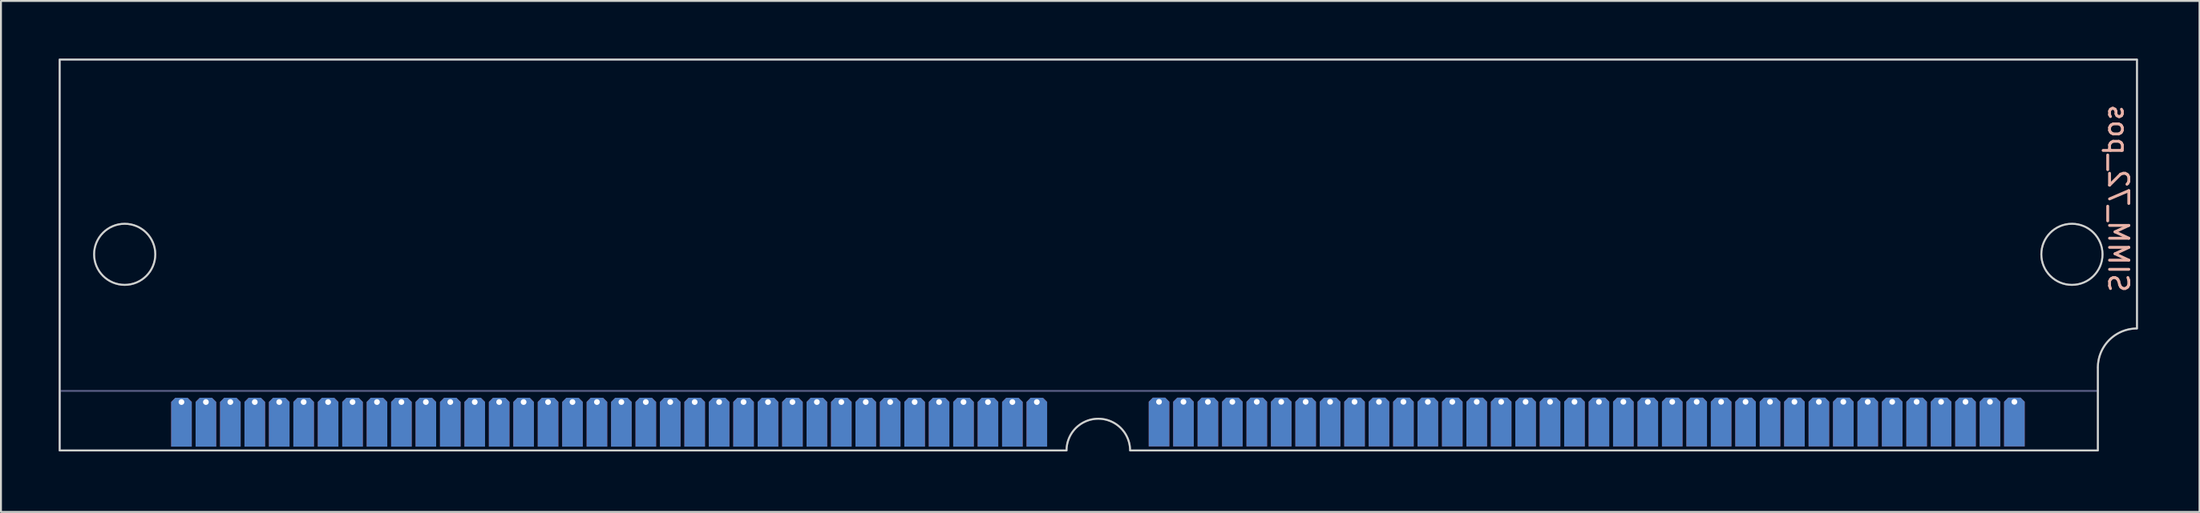
<source format=kicad_pcb>
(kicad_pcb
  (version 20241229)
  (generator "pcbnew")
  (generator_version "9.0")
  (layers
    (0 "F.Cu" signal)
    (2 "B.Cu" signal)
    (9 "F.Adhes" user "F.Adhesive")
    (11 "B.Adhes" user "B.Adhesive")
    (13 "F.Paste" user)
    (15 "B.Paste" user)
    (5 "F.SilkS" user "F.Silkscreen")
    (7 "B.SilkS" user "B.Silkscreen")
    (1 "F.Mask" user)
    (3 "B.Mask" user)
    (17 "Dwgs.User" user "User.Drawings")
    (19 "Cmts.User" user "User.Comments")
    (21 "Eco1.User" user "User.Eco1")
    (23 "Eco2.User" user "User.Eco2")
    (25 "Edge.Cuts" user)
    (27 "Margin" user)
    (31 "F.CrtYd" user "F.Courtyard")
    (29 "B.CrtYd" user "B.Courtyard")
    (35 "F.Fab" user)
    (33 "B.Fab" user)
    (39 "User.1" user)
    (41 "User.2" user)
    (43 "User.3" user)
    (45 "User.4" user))
  (footprint "SIMM_72_pos"
    (layer "F.Cu")
    (at 108 20.35)
    (property "Reference" "SIMM_72_pos" (at -0.97 -13.07 270) (unlocked yes) (layer "B.SilkS") (effects (font (size 1 1) (thickness 0.15)) (justify mirror)))
    (attr smd)
    (fp_circle (center -104.57 -10.16) (end -102.98 -10.16) (stroke (width 0.1) (type solid)) (fill no) (layer "Edge.Cuts"))
    (fp_circle (center -3.38 -10.16) (end -1.79 -10.16) (stroke (width 0.1) (type solid)) (fill no) (layer "Edge.Cuts"))
    (fp_poly (pts (xy -2.032 0.05) (arc (start -52.324 0.05) (mid -53.975 -1.601) (end -55.626 0.05)) (xy -107.95 0.05) (xy -107.95 -20.3) (xy 0 -20.3) (arc (start 0 -6.3) (mid -1.437147 -5.704105) (end -2.032 -4.266527))) (stroke (width 0.1) (type solid)) (fill no) (layer "Edge.Cuts"))
    (fp_line (start -107.95 -3.05) (end -107.95 0.05) (stroke (width 0.1) (type solid)) (layer "B.Fab"))
    (fp_line (start -107.95 0.05) (end -107.95 -20.3) (stroke (width 0.1) (type solid)) (layer "B.Fab"))
    (fp_line (start -107.95 0.05) (end -55.626 0.05) (stroke (width 0.1) (type solid)) (layer "B.Fab"))
    (fp_line (start -52.324 0.05) (end -2.032 0.05) (stroke (width 0.1) (type solid)) (layer "B.Fab"))
    (fp_line (start -2.05 -3.05) (end -107.95 -3.05) (stroke (width 0.1) (type solid)) (layer "B.Fab"))
    (fp_line (start -2.032 -4.267) (end -2.032 0.05) (stroke (width 0.1) (type solid)) (layer "B.Fab"))
    (fp_line (start 0 -20.3) (end -107.95 -20.3) (stroke (width 0.1) (type solid)) (layer "B.Fab"))
    (fp_line (start 0 -20.3) (end 0 -6.3) (stroke (width 0.1) (type solid)) (layer "B.Fab"))
    (fp_arc (start -55.626 0.05) (mid -53.975 -1.601) (end -52.324 0.05) (stroke (width 0.1) (type solid)) (layer "B.Fab"))
    (fp_arc (start -2.032 -4.266527) (mid -1.437147 -5.704105) (end 0 -6.3) (stroke (width 0.1) (type solid)) (layer "B.Fab"))
    (fp_circle (center -104.57 -10.16) (end -106.16 -10.16) (stroke (width 0.1) (type solid)) (fill no) (layer "B.Fab"))
    (fp_circle (center -3.38 -10.16) (end -4.97 -10.16) (stroke (width 0.1) (type solid)) (fill no) (layer "B.Fab"))
    (pad "1" thru_hole roundrect (at -6.37 -2.48 270) (size 2.54 1.07) (drill 0.3 (offset 1.05 0)) (layers "*.Cu" "*.Mask") (remove_unused_layers yes) (keep_end_layers yes) (zone_layer_connections) (roundrect_rratio 0) (chamfer_ratio 0.2) (chamfer top_left bottom_left))
    (pad "2" thru_hole roundrect (at -7.64 -2.48 270) (size 2.54 1.07) (drill 0.3 (offset 1.05 0)) (layers "*.Cu" "*.Mask") (remove_unused_layers yes) (keep_end_layers yes) (zone_layer_connections) (roundrect_rratio 0) (chamfer_ratio 0.2) (chamfer top_left bottom_left))
    (pad "3" thru_hole roundrect (at -8.91 -2.48 270) (size 2.54 1.07) (drill 0.3 (offset 1.05 0)) (layers "*.Cu" "*.Mask") (remove_unused_layers yes) (keep_end_layers yes) (zone_layer_connections) (roundrect_rratio 0) (chamfer_ratio 0.2) (chamfer top_left bottom_left))
    (pad "4" thru_hole roundrect (at -10.18 -2.48 270) (size 2.54 1.07) (drill 0.3 (offset 1.05 0)) (layers "*.Cu" "*.Mask") (remove_unused_layers yes) (keep_end_layers yes) (zone_layer_connections) (roundrect_rratio 0) (chamfer_ratio 0.2) (chamfer top_left bottom_left))
    (pad "5" thru_hole roundrect (at -11.45 -2.48 270) (size 2.54 1.07) (drill 0.3 (offset 1.05 0)) (layers "*.Cu" "*.Mask") (remove_unused_layers yes) (keep_end_layers yes) (zone_layer_connections) (roundrect_rratio 0) (chamfer_ratio 0.2) (chamfer top_left bottom_left))
    (pad "6" thru_hole roundrect (at -12.72 -2.48 270) (size 2.54 1.07) (drill 0.3 (offset 1.05 0)) (layers "*.Cu" "*.Mask") (remove_unused_layers yes) (keep_end_layers yes) (zone_layer_connections) (roundrect_rratio 0) (chamfer_ratio 0.2) (chamfer top_left bottom_left))
    (pad "7" thru_hole roundrect (at -13.99 -2.48 270) (size 2.54 1.07) (drill 0.3 (offset 1.05 0)) (layers "*.Cu" "*.Mask") (remove_unused_layers yes) (keep_end_layers yes) (zone_layer_connections) (roundrect_rratio 0) (chamfer_ratio 0.2) (chamfer top_left bottom_left))
    (pad "8" thru_hole roundrect (at -15.26 -2.48 270) (size 2.54 1.07) (drill 0.3 (offset 1.05 0)) (layers "*.Cu" "*.Mask") (remove_unused_layers yes) (keep_end_layers yes) (zone_layer_connections) (roundrect_rratio 0) (chamfer_ratio 0.2) (chamfer top_left bottom_left))
    (pad "9" thru_hole roundrect (at -16.53 -2.48 270) (size 2.54 1.07) (drill 0.3 (offset 1.05 0)) (layers "*.Cu" "*.Mask") (remove_unused_layers yes) (keep_end_layers yes) (zone_layer_connections) (roundrect_rratio 0) (chamfer_ratio 0.2) (chamfer top_left bottom_left))
    (pad "10" thru_hole roundrect (at -17.8 -2.48 270) (size 2.54 1.07) (drill 0.3 (offset 1.05 0)) (layers "*.Cu" "*.Mask") (remove_unused_layers yes) (keep_end_layers yes) (zone_layer_connections) (roundrect_rratio 0) (chamfer_ratio 0.2) (chamfer top_left bottom_left))
    (pad "11" thru_hole roundrect (at -19.07 -2.48 270) (size 2.54 1.07) (drill 0.3 (offset 1.05 0)) (layers "*.Cu" "*.Mask") (remove_unused_layers yes) (keep_end_layers yes) (zone_layer_connections) (roundrect_rratio 0) (chamfer_ratio 0.2) (chamfer top_left bottom_left))
    (pad "12" thru_hole roundrect (at -20.34 -2.48 270) (size 2.54 1.07) (drill 0.3 (offset 1.05 0)) (layers "*.Cu" "*.Mask") (remove_unused_layers yes) (keep_end_layers yes) (zone_layer_connections) (roundrect_rratio 0) (chamfer_ratio 0.2) (chamfer top_left bottom_left))
    (pad "13" thru_hole roundrect (at -21.61 -2.48 270) (size 2.54 1.07) (drill 0.3 (offset 1.05 0)) (layers "*.Cu" "*.Mask") (remove_unused_layers yes) (keep_end_layers yes) (zone_layer_connections) (roundrect_rratio 0) (chamfer_ratio 0.2) (chamfer top_left bottom_left))
    (pad "14" thru_hole roundrect (at -22.88 -2.48 270) (size 2.54 1.07) (drill 0.3 (offset 1.05 0)) (layers "*.Cu" "*.Mask") (remove_unused_layers yes) (keep_end_layers yes) (zone_layer_connections) (roundrect_rratio 0) (chamfer_ratio 0.2) (chamfer top_left bottom_left))
    (pad "15" thru_hole roundrect (at -24.15 -2.48 270) (size 2.54 1.07) (drill 0.3 (offset 1.05 0)) (layers "*.Cu" "*.Mask") (remove_unused_layers yes) (keep_end_layers yes) (zone_layer_connections) (roundrect_rratio 0) (chamfer_ratio 0.2) (chamfer top_left bottom_left))
    (pad "16" thru_hole roundrect (at -25.42 -2.48 270) (size 2.54 1.07) (drill 0.3 (offset 1.05 0)) (layers "*.Cu" "*.Mask") (remove_unused_layers yes) (keep_end_layers yes) (zone_layer_connections) (roundrect_rratio 0) (chamfer_ratio 0.2) (chamfer top_left bottom_left))
    (pad "17" thru_hole roundrect (at -26.69 -2.48 270) (size 2.54 1.07) (drill 0.3 (offset 1.05 0)) (layers "*.Cu" "*.Mask") (remove_unused_layers yes) (keep_end_layers yes) (zone_layer_connections) (roundrect_rratio 0) (chamfer_ratio 0.2) (chamfer top_left bottom_left))
    (pad "18" thru_hole roundrect (at -27.96 -2.48 270) (size 2.54 1.07) (drill 0.3 (offset 1.05 0)) (layers "*.Cu" "*.Mask") (remove_unused_layers yes) (keep_end_layers yes) (zone_layer_connections) (roundrect_rratio 0) (chamfer_ratio 0.2) (chamfer top_left bottom_left))
    (pad "19" thru_hole roundrect (at -29.23 -2.48 270) (size 2.54 1.07) (drill 0.3 (offset 1.05 0)) (layers "*.Cu" "*.Mask") (remove_unused_layers yes) (keep_end_layers yes) (zone_layer_connections) (roundrect_rratio 0) (chamfer_ratio 0.2) (chamfer top_left bottom_left))
    (pad "20" thru_hole roundrect (at -30.5 -2.48 270) (size 2.54 1.07) (drill 0.3 (offset 1.05 0)) (layers "*.Cu" "*.Mask") (remove_unused_layers yes) (keep_end_layers yes) (zone_layer_connections) (roundrect_rratio 0) (chamfer_ratio 0.2) (chamfer top_left bottom_left))
    (pad "21" thru_hole roundrect (at -31.77 -2.48 270) (size 2.54 1.07) (drill 0.3 (offset 1.05 0)) (layers "*.Cu" "*.Mask") (remove_unused_layers yes) (keep_end_layers yes) (zone_layer_connections) (roundrect_rratio 0) (chamfer_ratio 0.2) (chamfer top_left bottom_left))
    (pad "22" thru_hole roundrect (at -33.04 -2.48 270) (size 2.54 1.07) (drill 0.3 (offset 1.05 0)) (layers "*.Cu" "*.Mask") (remove_unused_layers yes) (keep_end_layers yes) (zone_layer_connections) (roundrect_rratio 0) (chamfer_ratio 0.2) (chamfer top_left bottom_left))
    (pad "23" thru_hole roundrect (at -34.31 -2.48 270) (size 2.54 1.07) (drill 0.3 (offset 1.05 0)) (layers "*.Cu" "*.Mask") (remove_unused_layers yes) (keep_end_layers yes) (zone_layer_connections) (roundrect_rratio 0) (chamfer_ratio 0.2) (chamfer top_left bottom_left))
    (pad "24" thru_hole roundrect (at -35.58 -2.48 270) (size 2.54 1.07) (drill 0.3 (offset 1.05 0)) (layers "*.Cu" "*.Mask") (remove_unused_layers yes) (keep_end_layers yes) (zone_layer_connections) (roundrect_rratio 0) (chamfer_ratio 0.2) (chamfer top_left bottom_left))
    (pad "25" thru_hole roundrect (at -36.85 -2.48 270) (size 2.54 1.07) (drill 0.3 (offset 1.05 0)) (layers "*.Cu" "*.Mask") (remove_unused_layers yes) (keep_end_layers yes) (zone_layer_connections) (roundrect_rratio 0) (chamfer_ratio 0.2) (chamfer top_left bottom_left))
    (pad "26" thru_hole roundrect (at -38.12 -2.48 270) (size 2.54 1.07) (drill 0.3 (offset 1.05 0)) (layers "*.Cu" "*.Mask") (remove_unused_layers yes) (keep_end_layers yes) (zone_layer_connections) (roundrect_rratio 0) (chamfer_ratio 0.2) (chamfer top_left bottom_left))
    (pad "27" thru_hole roundrect (at -39.39 -2.48 270) (size 2.54 1.07) (drill 0.3 (offset 1.05 0)) (layers "*.Cu" "*.Mask") (remove_unused_layers yes) (keep_end_layers yes) (zone_layer_connections) (roundrect_rratio 0) (chamfer_ratio 0.2) (chamfer top_left bottom_left))
    (pad "28" thru_hole roundrect (at -40.66 -2.48 270) (size 2.54 1.07) (drill 0.3 (offset 1.05 0)) (layers "*.Cu" "*.Mask") (remove_unused_layers yes) (keep_end_layers yes) (zone_layer_connections) (roundrect_rratio 0) (chamfer_ratio 0.2) (chamfer top_left bottom_left))
    (pad "29" thru_hole roundrect (at -41.93 -2.48 270) (size 2.54 1.07) (drill 0.3 (offset 1.05 0)) (layers "*.Cu" "*.Mask") (remove_unused_layers yes) (keep_end_layers yes) (zone_layer_connections) (roundrect_rratio 0) (chamfer_ratio 0.2) (chamfer top_left bottom_left))
    (pad "30" thru_hole roundrect (at -43.2 -2.48 270) (size 2.54 1.07) (drill 0.3 (offset 1.05 0)) (layers "*.Cu" "*.Mask") (remove_unused_layers yes) (keep_end_layers yes) (zone_layer_connections) (roundrect_rratio 0) (chamfer_ratio 0.2) (chamfer top_left bottom_left))
    (pad "31" thru_hole roundrect (at -44.47 -2.48 270) (size 2.54 1.07) (drill 0.3 (offset 1.05 0)) (layers "*.Cu" "*.Mask") (remove_unused_layers yes) (keep_end_layers yes) (zone_layer_connections) (roundrect_rratio 0) (chamfer_ratio 0.2) (chamfer top_left bottom_left))
    (pad "32" thru_hole roundrect (at -45.74 -2.48 270) (size 2.54 1.07) (drill 0.3 (offset 1.05 0)) (layers "*.Cu" "*.Mask") (remove_unused_layers yes) (keep_end_layers yes) (zone_layer_connections) (roundrect_rratio 0) (chamfer_ratio 0.2) (chamfer top_left bottom_left))
    (pad "33" thru_hole roundrect (at -47.01 -2.48 270) (size 2.54 1.07) (drill 0.3 (offset 1.05 0)) (layers "*.Cu" "*.Mask") (remove_unused_layers yes) (keep_end_layers yes) (zone_layer_connections) (roundrect_rratio 0) (chamfer_ratio 0.2) (chamfer top_left bottom_left))
    (pad "34" thru_hole roundrect (at -48.28 -2.48 270) (size 2.54 1.07) (drill 0.3 (offset 1.05 0)) (layers "*.Cu" "*.Mask") (remove_unused_layers yes) (keep_end_layers yes) (zone_layer_connections) (roundrect_rratio 0) (chamfer_ratio 0.2) (chamfer top_left bottom_left))
    (pad "35" thru_hole roundrect (at -49.55 -2.48 270) (size 2.54 1.07) (drill 0.3 (offset 1.05 0)) (layers "*.Cu" "*.Mask") (remove_unused_layers yes) (keep_end_layers yes) (zone_layer_connections) (roundrect_rratio 0) (chamfer_ratio 0.2) (chamfer top_left bottom_left))
    (pad "36" thru_hole roundrect (at -50.82 -2.48 270) (size 2.54 1.07) (drill 0.3 (offset 1.05 0)) (layers "*.Cu" "*.Mask") (remove_unused_layers yes) (keep_end_layers yes) (zone_layer_connections) (roundrect_rratio 0) (chamfer_ratio 0.2) (chamfer top_left bottom_left))
    (pad "37" thru_hole roundrect (at -57.17 -2.47 270) (size 2.54 1.07) (drill 0.3 (offset 1.05 0)) (layers "*.Cu" "*.Mask") (remove_unused_layers yes) (keep_end_layers yes) (zone_layer_connections) (roundrect_rratio 0) (chamfer_ratio 0.2) (chamfer top_left bottom_left))
    (pad "38" thru_hole roundrect (at -58.44 -2.47 270) (size 2.54 1.07) (drill 0.3 (offset 1.05 0)) (layers "*.Cu" "*.Mask") (remove_unused_layers yes) (keep_end_layers yes) (zone_layer_connections) (roundrect_rratio 0) (chamfer_ratio 0.2) (chamfer top_left bottom_left))
    (pad "39" thru_hole roundrect (at -59.71 -2.47 270) (size 2.54 1.07) (drill 0.3 (offset 1.05 0)) (layers "*.Cu" "*.Mask") (remove_unused_layers yes) (keep_end_layers yes) (zone_layer_connections) (roundrect_rratio 0) (chamfer_ratio 0.2) (chamfer top_left bottom_left))
    (pad "40" thru_hole roundrect (at -60.98 -2.47 270) (size 2.54 1.07) (drill 0.3 (offset 1.05 0)) (layers "*.Cu" "*.Mask") (remove_unused_layers yes) (keep_end_layers yes) (zone_layer_connections) (roundrect_rratio 0) (chamfer_ratio 0.2) (chamfer top_left bottom_left))
    (pad "41" thru_hole roundrect (at -62.25 -2.47 270) (size 2.54 1.07) (drill 0.3 (offset 1.05 0)) (layers "*.Cu" "*.Mask") (remove_unused_layers yes) (keep_end_layers yes) (zone_layer_connections) (roundrect_rratio 0) (chamfer_ratio 0.2) (chamfer top_left bottom_left))
    (pad "42" thru_hole roundrect (at -63.52 -2.47 270) (size 2.54 1.07) (drill 0.3 (offset 1.05 0)) (layers "*.Cu" "*.Mask") (remove_unused_layers yes) (keep_end_layers yes) (zone_layer_connections) (roundrect_rratio 0) (chamfer_ratio 0.2) (chamfer top_left bottom_left))
    (pad "43" thru_hole roundrect (at -64.79 -2.47 270) (size 2.54 1.07) (drill 0.3 (offset 1.05 0)) (layers "*.Cu" "*.Mask") (remove_unused_layers yes) (keep_end_layers yes) (zone_layer_connections) (roundrect_rratio 0) (chamfer_ratio 0.2) (chamfer top_left bottom_left))
    (pad "44" thru_hole roundrect (at -66.06 -2.47 270) (size 2.54 1.07) (drill 0.3 (offset 1.05 0)) (layers "*.Cu" "*.Mask") (remove_unused_layers yes) (keep_end_layers yes) (zone_layer_connections) (roundrect_rratio 0) (chamfer_ratio 0.2) (chamfer top_left bottom_left))
    (pad "45" thru_hole roundrect (at -67.33 -2.47 270) (size 2.54 1.07) (drill 0.3 (offset 1.05 0)) (layers "*.Cu" "*.Mask") (remove_unused_layers yes) (keep_end_layers yes) (zone_layer_connections) (roundrect_rratio 0) (chamfer_ratio 0.2) (chamfer top_left bottom_left))
    (pad "46" thru_hole roundrect (at -68.6 -2.47 270) (size 2.54 1.07) (drill 0.3 (offset 1.05 0)) (layers "*.Cu" "*.Mask") (remove_unused_layers yes) (keep_end_layers yes) (zone_layer_connections) (roundrect_rratio 0) (chamfer_ratio 0.2) (chamfer top_left bottom_left))
    (pad "47" thru_hole roundrect (at -69.87 -2.47 270) (size 2.54 1.07) (drill 0.3 (offset 1.05 0)) (layers "*.Cu" "*.Mask") (remove_unused_layers yes) (keep_end_layers yes) (zone_layer_connections) (roundrect_rratio 0) (chamfer_ratio 0.2) (chamfer top_left bottom_left))
    (pad "48" thru_hole roundrect (at -71.14 -2.47 270) (size 2.54 1.07) (drill 0.3 (offset 1.05 0)) (layers "*.Cu" "*.Mask") (remove_unused_layers yes) (keep_end_layers yes) (zone_layer_connections) (roundrect_rratio 0) (chamfer_ratio 0.2) (chamfer top_left bottom_left))
    (pad "49" thru_hole roundrect (at -72.41 -2.47 270) (size 2.54 1.07) (drill 0.3 (offset 1.05 0)) (layers "*.Cu" "*.Mask") (remove_unused_layers yes) (keep_end_layers yes) (zone_layer_connections) (roundrect_rratio 0) (chamfer_ratio 0.2) (chamfer top_left bottom_left))
    (pad "50" thru_hole roundrect (at -73.68 -2.47 270) (size 2.54 1.07) (drill 0.3 (offset 1.05 0)) (layers "*.Cu" "*.Mask") (remove_unused_layers yes) (keep_end_layers yes) (zone_layer_connections) (roundrect_rratio 0) (chamfer_ratio 0.2) (chamfer top_left bottom_left))
    (pad "51" thru_hole roundrect (at -74.95 -2.47 270) (size 2.54 1.07) (drill 0.3 (offset 1.05 0)) (layers "*.Cu" "*.Mask") (remove_unused_layers yes) (keep_end_layers yes) (zone_layer_connections) (roundrect_rratio 0) (chamfer_ratio 0.2) (chamfer top_left bottom_left))
    (pad "52" thru_hole roundrect (at -76.22 -2.47 270) (size 2.54 1.07) (drill 0.3 (offset 1.05 0)) (layers "*.Cu" "*.Mask") (remove_unused_layers yes) (keep_end_layers yes) (zone_layer_connections) (roundrect_rratio 0) (chamfer_ratio 0.2) (chamfer top_left bottom_left))
    (pad "53" thru_hole roundrect (at -77.49 -2.47 270) (size 2.54 1.07) (drill 0.3 (offset 1.05 0)) (layers "*.Cu" "*.Mask") (remove_unused_layers yes) (keep_end_layers yes) (zone_layer_connections) (roundrect_rratio 0) (chamfer_ratio 0.2) (chamfer top_left bottom_left))
    (pad "54" thru_hole roundrect (at -78.76 -2.47 270) (size 2.54 1.07) (drill 0.3 (offset 1.05 0)) (layers "*.Cu" "*.Mask") (remove_unused_layers yes) (keep_end_layers yes) (zone_layer_connections) (roundrect_rratio 0) (chamfer_ratio 0.2) (chamfer top_left bottom_left))
    (pad "55" thru_hole roundrect (at -80.03 -2.47 270) (size 2.54 1.07) (drill 0.3 (offset 1.05 0)) (layers "*.Cu" "*.Mask") (remove_unused_layers yes) (keep_end_layers yes) (zone_layer_connections) (roundrect_rratio 0) (chamfer_ratio 0.2) (chamfer top_left bottom_left))
    (pad "56" thru_hole roundrect (at -81.3 -2.47 270) (size 2.54 1.07) (drill 0.3 (offset 1.05 0)) (layers "*.Cu" "*.Mask") (remove_unused_layers yes) (keep_end_layers yes) (zone_layer_connections) (roundrect_rratio 0) (chamfer_ratio 0.2) (chamfer top_left bottom_left))
    (pad "57" thru_hole roundrect (at -82.57 -2.47 270) (size 2.54 1.07) (drill 0.3 (offset 1.05 0)) (layers "*.Cu" "*.Mask") (remove_unused_layers yes) (keep_end_layers yes) (zone_layer_connections) (roundrect_rratio 0) (chamfer_ratio 0.2) (chamfer top_left bottom_left))
    (pad "58" thru_hole roundrect (at -83.84 -2.47 270) (size 2.54 1.07) (drill 0.3 (offset 1.05 0)) (layers "*.Cu" "*.Mask") (remove_unused_layers yes) (keep_end_layers yes) (zone_layer_connections) (roundrect_rratio 0) (chamfer_ratio 0.2) (chamfer top_left bottom_left))
    (pad "59" thru_hole roundrect (at -85.11 -2.47 270) (size 2.54 1.07) (drill 0.3 (offset 1.05 0)) (layers "*.Cu" "*.Mask") (remove_unused_layers yes) (keep_end_layers yes) (zone_layer_connections) (roundrect_rratio 0) (chamfer_ratio 0.2) (chamfer top_left bottom_left))
    (pad "60" thru_hole roundrect (at -86.38 -2.47 270) (size 2.54 1.07) (drill 0.3 (offset 1.05 0)) (layers "*.Cu" "*.Mask") (remove_unused_layers yes) (keep_end_layers yes) (zone_layer_connections) (roundrect_rratio 0) (chamfer_ratio 0.2) (chamfer top_left bottom_left))
    (pad "61" thru_hole roundrect (at -87.65 -2.47 270) (size 2.54 1.07) (drill 0.3 (offset 1.05 0)) (layers "*.Cu" "*.Mask") (remove_unused_layers yes) (keep_end_layers yes) (zone_layer_connections) (roundrect_rratio 0) (chamfer_ratio 0.2) (chamfer top_left bottom_left))
    (pad "62" thru_hole roundrect (at -88.92 -2.47 270) (size 2.54 1.07) (drill 0.3 (offset 1.05 0)) (layers "*.Cu" "*.Mask") (remove_unused_layers yes) (keep_end_layers yes) (zone_layer_connections) (roundrect_rratio 0) (chamfer_ratio 0.2) (chamfer top_left bottom_left))
    (pad "63" thru_hole roundrect (at -90.19 -2.47 270) (size 2.54 1.07) (drill 0.3 (offset 1.05 0)) (layers "*.Cu" "*.Mask") (remove_unused_layers yes) (keep_end_layers yes) (zone_layer_connections) (roundrect_rratio 0) (chamfer_ratio 0.2) (chamfer top_left bottom_left))
    (pad "64" thru_hole roundrect (at -91.46 -2.47 270) (size 2.54 1.07) (drill 0.3 (offset 1.05 0)) (layers "*.Cu" "*.Mask") (remove_unused_layers yes) (keep_end_layers yes) (zone_layer_connections) (roundrect_rratio 0) (chamfer_ratio 0.2) (chamfer top_left bottom_left))
    (pad "65" thru_hole roundrect (at -92.73 -2.47 270) (size 2.54 1.07) (drill 0.3 (offset 1.05 0)) (layers "*.Cu" "*.Mask") (remove_unused_layers yes) (keep_end_layers yes) (zone_layer_connections) (roundrect_rratio 0) (chamfer_ratio 0.2) (chamfer top_left bottom_left))
    (pad "66" thru_hole roundrect (at -94 -2.47 270) (size 2.54 1.07) (drill 0.3 (offset 1.05 0)) (layers "*.Cu" "*.Mask") (remove_unused_layers yes) (keep_end_layers yes) (zone_layer_connections) (roundrect_rratio 0) (chamfer_ratio 0.2) (chamfer top_left bottom_left))
    (pad "67" thru_hole roundrect (at -95.27 -2.47 270) (size 2.54 1.07) (drill 0.3 (offset 1.05 0)) (layers "*.Cu" "*.Mask") (remove_unused_layers yes) (keep_end_layers yes) (zone_layer_connections) (roundrect_rratio 0) (chamfer_ratio 0.2) (chamfer top_left bottom_left))
    (pad "68" thru_hole roundrect (at -96.54 -2.47 270) (size 2.54 1.07) (drill 0.3 (offset 1.05 0)) (layers "*.Cu" "*.Mask") (remove_unused_layers yes) (keep_end_layers yes) (zone_layer_connections) (roundrect_rratio 0) (chamfer_ratio 0.2) (chamfer top_left bottom_left))
    (pad "69" thru_hole roundrect (at -97.81 -2.47 270) (size 2.54 1.07) (drill 0.3 (offset 1.05 0)) (layers "*.Cu" "*.Mask") (remove_unused_layers yes) (keep_end_layers yes) (zone_layer_connections) (roundrect_rratio 0) (chamfer_ratio 0.2) (chamfer top_left bottom_left))
    (pad "70" thru_hole roundrect (at -99.08 -2.47 270) (size 2.54 1.07) (drill 0.3 (offset 1.05 0)) (layers "*.Cu" "*.Mask") (remove_unused_layers yes) (keep_end_layers yes) (zone_layer_connections) (roundrect_rratio 0) (chamfer_ratio 0.2) (chamfer top_left bottom_left))
    (pad "71" thru_hole roundrect (at -100.35 -2.47 270) (size 2.54 1.07) (drill 0.3 (offset 1.05 0)) (layers "*.Cu" "*.Mask") (remove_unused_layers yes) (keep_end_layers yes) (zone_layer_connections) (roundrect_rratio 0) (chamfer_ratio 0.2) (chamfer top_left bottom_left))
    (pad "72" thru_hole roundrect (at -101.62 -2.47 270) (size 2.54 1.07) (drill 0.3 (offset 1.05 0)) (layers "*.Cu" "*.Mask") (remove_unused_layers yes) (keep_end_layers yes) (zone_layer_connections) (roundrect_rratio 0) (chamfer_ratio 0.2) (chamfer top_left bottom_left)))
  (gr_rect
    (start -3 -3)
    (end 111.25 23.6)
    (stroke (width 0.1) (type default))
    (fill no)
    (layer "Edge.Cuts")))
</source>
